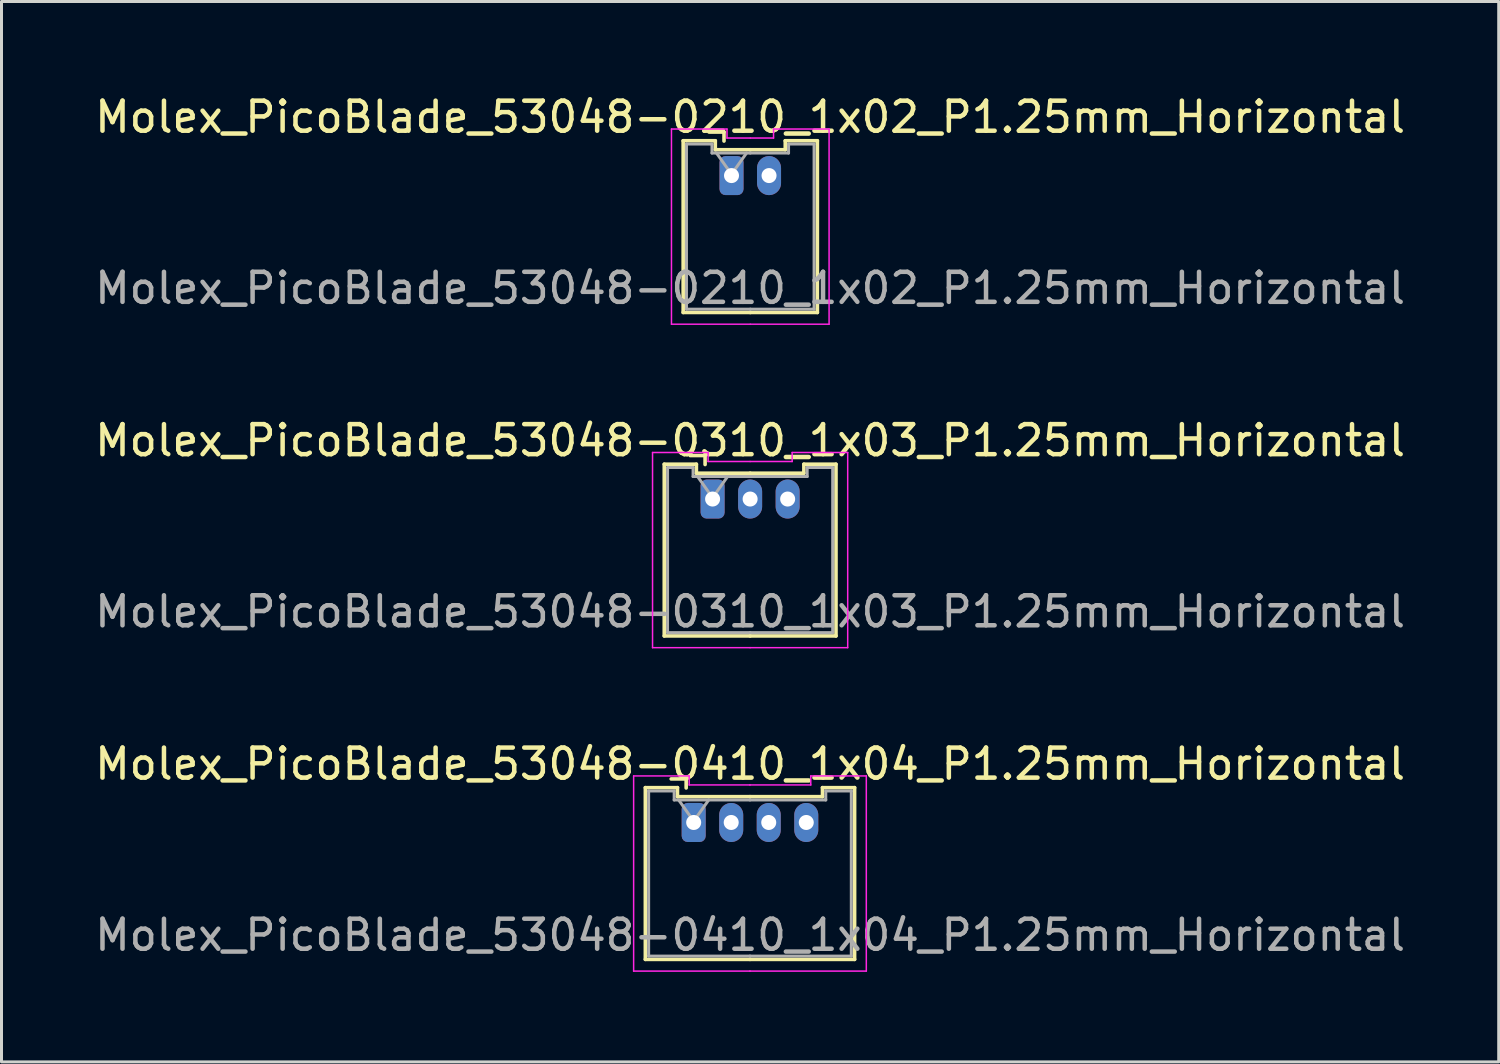
<source format=kicad_pcb>
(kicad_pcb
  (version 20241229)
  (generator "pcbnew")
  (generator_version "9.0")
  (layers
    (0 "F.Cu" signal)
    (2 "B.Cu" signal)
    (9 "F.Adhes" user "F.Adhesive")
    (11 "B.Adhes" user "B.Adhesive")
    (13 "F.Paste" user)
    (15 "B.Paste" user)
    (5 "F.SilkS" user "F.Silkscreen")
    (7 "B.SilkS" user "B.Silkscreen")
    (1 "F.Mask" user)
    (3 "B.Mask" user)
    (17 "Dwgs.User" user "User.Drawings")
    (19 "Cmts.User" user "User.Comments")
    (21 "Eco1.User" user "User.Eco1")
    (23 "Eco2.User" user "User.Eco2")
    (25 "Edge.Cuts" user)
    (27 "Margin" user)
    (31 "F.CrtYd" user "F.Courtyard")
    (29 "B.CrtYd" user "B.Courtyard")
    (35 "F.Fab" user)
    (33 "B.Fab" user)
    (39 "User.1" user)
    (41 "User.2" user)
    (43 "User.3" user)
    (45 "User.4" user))
  (footprint "Molex_PicoBlade_53048-0310_1x03_P1.25mm_Horizontal"
    (layer "F.Cu")
    (at 20.685 13.572)
    (property "Reference" "Molex_PicoBlade_53048-0310_1x03_P1.25mm_Horizontal" (at 1.25 -1.95 0) (layer "F.SilkS") (effects (font (size 1 1) (thickness 0.15))))
    (attr through_hole)
    (fp_line (start -1.61 -1.16) (end -1.61 4.56) (stroke (width 0.12) (type solid)) (layer "F.SilkS"))
    (fp_line (start -1.61 4.56) (end 1.25 4.56) (stroke (width 0.12) (type solid)) (layer "F.SilkS"))
    (fp_line (start -0.54 -1.16) (end -1.61 -1.16) (stroke (width 0.12) (type solid)) (layer "F.SilkS"))
    (fp_line (start -0.54 -0.86) (end -0.54 -1.16) (stroke (width 0.12) (type solid)) (layer "F.SilkS"))
    (fp_line (start -0.25 -1.45) (end -0.75 -1.45) (stroke (width 0.12) (type solid)) (layer "F.SilkS"))
    (fp_line (start -0.25 -1.15) (end -0.25 -1.45) (stroke (width 0.12) (type solid)) (layer "F.SilkS"))
    (fp_line (start 1.25 -0.86) (end -0.54 -0.86) (stroke (width 0.12) (type solid)) (layer "F.SilkS"))
    (fp_line (start 1.25 -0.86) (end 3.04 -0.86) (stroke (width 0.12) (type solid)) (layer "F.SilkS"))
    (fp_line (start 3.04 -1.16) (end 4.11 -1.16) (stroke (width 0.12) (type solid)) (layer "F.SilkS"))
    (fp_line (start 3.04 -0.86) (end 3.04 -1.16) (stroke (width 0.12) (type solid)) (layer "F.SilkS"))
    (fp_line (start 4.11 -1.16) (end 4.11 4.56) (stroke (width 0.12) (type solid)) (layer "F.SilkS"))
    (fp_line (start 4.11 4.56) (end 1.25 4.56) (stroke (width 0.12) (type solid)) (layer "F.SilkS"))
    (fp_line (start -2 -1.55) (end -2 4.95) (stroke (width 0.05) (type solid)) (layer "F.CrtYd"))
    (fp_line (start -2 4.95) (end 1.25 4.95) (stroke (width 0.05) (type solid)) (layer "F.CrtYd"))
    (fp_line (start -0.15 -1.55) (end -2 -1.55) (stroke (width 0.05) (type solid)) (layer "F.CrtYd"))
    (fp_line (start -0.15 -1.25) (end -0.15 -1.55) (stroke (width 0.05) (type solid)) (layer "F.CrtYd"))
    (fp_line (start 1.25 -1.25) (end -0.15 -1.25) (stroke (width 0.05) (type solid)) (layer "F.CrtYd"))
    (fp_line (start 1.25 -1.25) (end 2.65 -1.25) (stroke (width 0.05) (type solid)) (layer "F.CrtYd"))
    (fp_line (start 2.65 -1.55) (end 4.5 -1.55) (stroke (width 0.05) (type solid)) (layer "F.CrtYd"))
    (fp_line (start 2.65 -1.25) (end 2.65 -1.55) (stroke (width 0.05) (type solid)) (layer "F.CrtYd"))
    (fp_line (start 4.5 -1.55) (end 4.5 4.95) (stroke (width 0.05) (type solid)) (layer "F.CrtYd"))
    (fp_line (start 4.5 4.95) (end 1.25 4.95) (stroke (width 0.05) (type solid)) (layer "F.CrtYd"))
    (fp_line (start -1.5 -1.05) (end -1.5 4.45) (stroke (width 0.1) (type solid)) (layer "F.Fab"))
    (fp_line (start -1.5 4.45) (end 1.25 4.45) (stroke (width 0.1) (type solid)) (layer "F.Fab"))
    (fp_line (start -0.65 -1.05) (end -1.5 -1.05) (stroke (width 0.1) (type solid)) (layer "F.Fab"))
    (fp_line (start -0.65 -0.75) (end -0.65 -1.05) (stroke (width 0.1) (type solid)) (layer "F.Fab"))
    (fp_line (start -0.5 -0.75) (end 0 -0.043) (stroke (width 0.1) (type solid)) (layer "F.Fab"))
    (fp_line (start 0 -0.043) (end 0.5 -0.75) (stroke (width 0.1) (type solid)) (layer "F.Fab"))
    (fp_line (start 1.25 -0.75) (end -0.65 -0.75) (stroke (width 0.1) (type solid)) (layer "F.Fab"))
    (fp_line (start 1.25 -0.75) (end 3.15 -0.75) (stroke (width 0.1) (type solid)) (layer "F.Fab"))
    (fp_line (start 3.15 -1.05) (end 4 -1.05) (stroke (width 0.1) (type solid)) (layer "F.Fab"))
    (fp_line (start 3.15 -0.75) (end 3.15 -1.05) (stroke (width 0.1) (type solid)) (layer "F.Fab"))
    (fp_line (start 4 -1.05) (end 4 4.45) (stroke (width 0.1) (type solid)) (layer "F.Fab"))
    (fp_line (start 4 4.45) (end 1.25 4.45) (stroke (width 0.1) (type solid)) (layer "F.Fab"))
    (fp_text user "${REFERENCE}" (at 1.25 3.75 0) (layer "F.Fab") (effects (font (size 1 1) (thickness 0.15))))
    (pad "1" thru_hole roundrect (at 0 0) (size 0.8 1.3) (drill 0.5) (layers "*.Cu" "*.Mask") (roundrect_rratio 0.25))
    (pad "2" thru_hole oval (at 1.25 0) (size 0.8 1.3) (drill 0.5) (layers "*.Cu" "*.Mask"))
    (pad "3" thru_hole oval (at 2.5 0) (size 0.8 1.3) (drill 0.5) (layers "*.Cu" "*.Mask")))
  (footprint "Molex_PicoBlade_53048-0410_1x04_P1.25mm_Horizontal"
    (layer "F.Cu")
    (at 20.055 24.345)
    (property "Reference" "Molex_PicoBlade_53048-0410_1x04_P1.25mm_Horizontal" (at 1.88 -1.95 0) (layer "F.SilkS") (effects (font (size 1 1) (thickness 0.15))))
    (attr through_hole)
    (fp_line (start -1.61 -1.16) (end -1.61 4.56) (stroke (width 0.12) (type solid)) (layer "F.SilkS"))
    (fp_line (start -1.61 4.56) (end 1.875 4.56) (stroke (width 0.12) (type solid)) (layer "F.SilkS"))
    (fp_line (start -0.54 -1.16) (end -1.61 -1.16) (stroke (width 0.12) (type solid)) (layer "F.SilkS"))
    (fp_line (start -0.54 -0.86) (end -0.54 -1.16) (stroke (width 0.12) (type solid)) (layer "F.SilkS"))
    (fp_line (start -0.25 -1.45) (end -0.75 -1.45) (stroke (width 0.12) (type solid)) (layer "F.SilkS"))
    (fp_line (start -0.25 -1.15) (end -0.25 -1.45) (stroke (width 0.12) (type solid)) (layer "F.SilkS"))
    (fp_line (start 1.875 -0.86) (end -0.54 -0.86) (stroke (width 0.12) (type solid)) (layer "F.SilkS"))
    (fp_line (start 1.875 -0.86) (end 4.29 -0.86) (stroke (width 0.12) (type solid)) (layer "F.SilkS"))
    (fp_line (start 4.29 -1.16) (end 5.36 -1.16) (stroke (width 0.12) (type solid)) (layer "F.SilkS"))
    (fp_line (start 4.29 -0.86) (end 4.29 -1.16) (stroke (width 0.12) (type solid)) (layer "F.SilkS"))
    (fp_line (start 5.36 -1.16) (end 5.36 4.56) (stroke (width 0.12) (type solid)) (layer "F.SilkS"))
    (fp_line (start 5.36 4.56) (end 1.875 4.56) (stroke (width 0.12) (type solid)) (layer "F.SilkS"))
    (fp_line (start -2 -1.55) (end -2 4.95) (stroke (width 0.05) (type solid)) (layer "F.CrtYd"))
    (fp_line (start -2 4.95) (end 1.88 4.95) (stroke (width 0.05) (type solid)) (layer "F.CrtYd"))
    (fp_line (start -0.15 -1.55) (end -2 -1.55) (stroke (width 0.05) (type solid)) (layer "F.CrtYd"))
    (fp_line (start -0.15 -1.25) (end -0.15 -1.55) (stroke (width 0.05) (type solid)) (layer "F.CrtYd"))
    (fp_line (start 1.87 -1.25) (end 3.9 -1.25) (stroke (width 0.05) (type solid)) (layer "F.CrtYd"))
    (fp_line (start 1.88 -1.25) (end -0.15 -1.25) (stroke (width 0.05) (type solid)) (layer "F.CrtYd"))
    (fp_line (start 3.9 -1.55) (end 5.75 -1.55) (stroke (width 0.05) (type solid)) (layer "F.CrtYd"))
    (fp_line (start 3.9 -1.25) (end 3.9 -1.55) (stroke (width 0.05) (type solid)) (layer "F.CrtYd"))
    (fp_line (start 5.75 -1.55) (end 5.75 4.95) (stroke (width 0.05) (type solid)) (layer "F.CrtYd"))
    (fp_line (start 5.75 4.95) (end 1.87 4.95) (stroke (width 0.05) (type solid)) (layer "F.CrtYd"))
    (fp_line (start -1.5 -1.05) (end -1.5 4.45) (stroke (width 0.1) (type solid)) (layer "F.Fab"))
    (fp_line (start -1.5 4.45) (end 1.875 4.45) (stroke (width 0.1) (type solid)) (layer "F.Fab"))
    (fp_line (start -0.65 -1.05) (end -1.5 -1.05) (stroke (width 0.1) (type solid)) (layer "F.Fab"))
    (fp_line (start -0.65 -0.75) (end -0.65 -1.05) (stroke (width 0.1) (type solid)) (layer "F.Fab"))
    (fp_line (start -0.5 -0.75) (end 0 -0.043) (stroke (width 0.1) (type solid)) (layer "F.Fab"))
    (fp_line (start 0 -0.043) (end 0.5 -0.75) (stroke (width 0.1) (type solid)) (layer "F.Fab"))
    (fp_line (start 1.875 -0.75) (end -0.65 -0.75) (stroke (width 0.1) (type solid)) (layer "F.Fab"))
    (fp_line (start 1.875 -0.75) (end 4.4 -0.75) (stroke (width 0.1) (type solid)) (layer "F.Fab"))
    (fp_line (start 4.4 -1.05) (end 5.25 -1.05) (stroke (width 0.1) (type solid)) (layer "F.Fab"))
    (fp_line (start 4.4 -0.75) (end 4.4 -1.05) (stroke (width 0.1) (type solid)) (layer "F.Fab"))
    (fp_line (start 5.25 -1.05) (end 5.25 4.45) (stroke (width 0.1) (type solid)) (layer "F.Fab"))
    (fp_line (start 5.25 4.45) (end 1.875 4.45) (stroke (width 0.1) (type solid)) (layer "F.Fab"))
    (fp_text user "${REFERENCE}" (at 1.88 3.75 0) (layer "F.Fab") (effects (font (size 1 1) (thickness 0.15))))
    (pad "1" thru_hole roundrect (at 0 0) (size 0.8 1.3) (drill 0.5) (layers "*.Cu" "*.Mask") (roundrect_rratio 0.25))
    (pad "2" thru_hole oval (at 1.25 0) (size 0.8 1.3) (drill 0.5) (layers "*.Cu" "*.Mask"))
    (pad "3" thru_hole oval (at 2.5 0) (size 0.8 1.3) (drill 0.5) (layers "*.Cu" "*.Mask"))
    (pad "4" thru_hole oval (at 3.75 0) (size 0.8 1.3) (drill 0.5) (layers "*.Cu" "*.Mask")))
  (footprint "Molex_PicoBlade_53048-0210_1x02_P1.25mm_Horizontal"
    (layer "F.Cu")
    (at 21.315 2.798)
    (property "Reference" "Molex_PicoBlade_53048-0210_1x02_P1.25mm_Horizontal" (at 0.62 -1.95 0) (layer "F.SilkS") (effects (font (size 1 1) (thickness 0.15))))
    (attr through_hole)
    (fp_line (start -1.61 -1.16) (end -1.61 4.56) (stroke (width 0.12) (type solid)) (layer "F.SilkS"))
    (fp_line (start -1.61 4.56) (end 0.625 4.56) (stroke (width 0.12) (type solid)) (layer "F.SilkS"))
    (fp_line (start -0.54 -1.16) (end -1.61 -1.16) (stroke (width 0.12) (type solid)) (layer "F.SilkS"))
    (fp_line (start -0.54 -0.86) (end -0.54 -1.16) (stroke (width 0.12) (type solid)) (layer "F.SilkS"))
    (fp_line (start -0.25 -1.45) (end -0.75 -1.45) (stroke (width 0.12) (type solid)) (layer "F.SilkS"))
    (fp_line (start -0.25 -1.15) (end -0.25 -1.45) (stroke (width 0.12) (type solid)) (layer "F.SilkS"))
    (fp_line (start 0.625 -0.86) (end -0.54 -0.86) (stroke (width 0.12) (type solid)) (layer "F.SilkS"))
    (fp_line (start 0.625 -0.86) (end 1.79 -0.86) (stroke (width 0.12) (type solid)) (layer "F.SilkS"))
    (fp_line (start 1.79 -1.16) (end 2.86 -1.16) (stroke (width 0.12) (type solid)) (layer "F.SilkS"))
    (fp_line (start 1.79 -0.86) (end 1.79 -1.16) (stroke (width 0.12) (type solid)) (layer "F.SilkS"))
    (fp_line (start 2.86 -1.16) (end 2.86 4.56) (stroke (width 0.12) (type solid)) (layer "F.SilkS"))
    (fp_line (start 2.86 4.56) (end 0.625 4.56) (stroke (width 0.12) (type solid)) (layer "F.SilkS"))
    (fp_line (start -2 -1.55) (end -2 4.95) (stroke (width 0.05) (type solid)) (layer "F.CrtYd"))
    (fp_line (start -2 4.95) (end 0.62 4.95) (stroke (width 0.05) (type solid)) (layer "F.CrtYd"))
    (fp_line (start -0.15 -1.55) (end -2 -1.55) (stroke (width 0.05) (type solid)) (layer "F.CrtYd"))
    (fp_line (start -0.15 -1.25) (end -0.15 -1.55) (stroke (width 0.05) (type solid)) (layer "F.CrtYd"))
    (fp_line (start 0.62 -1.25) (end -0.15 -1.25) (stroke (width 0.05) (type solid)) (layer "F.CrtYd"))
    (fp_line (start 0.63 -1.25) (end 1.4 -1.25) (stroke (width 0.05) (type solid)) (layer "F.CrtYd"))
    (fp_line (start 1.4 -1.55) (end 3.25 -1.55) (stroke (width 0.05) (type solid)) (layer "F.CrtYd"))
    (fp_line (start 1.4 -1.25) (end 1.4 -1.55) (stroke (width 0.05) (type solid)) (layer "F.CrtYd"))
    (fp_line (start 3.25 -1.55) (end 3.25 4.95) (stroke (width 0.05) (type solid)) (layer "F.CrtYd"))
    (fp_line (start 3.25 4.95) (end 0.63 4.95) (stroke (width 0.05) (type solid)) (layer "F.CrtYd"))
    (fp_line (start -1.5 -1.05) (end -1.5 4.45) (stroke (width 0.1) (type solid)) (layer "F.Fab"))
    (fp_line (start -1.5 4.45) (end 0.625 4.45) (stroke (width 0.1) (type solid)) (layer "F.Fab"))
    (fp_line (start -0.65 -1.05) (end -1.5 -1.05) (stroke (width 0.1) (type solid)) (layer "F.Fab"))
    (fp_line (start -0.65 -0.75) (end -0.65 -1.05) (stroke (width 0.1) (type solid)) (layer "F.Fab"))
    (fp_line (start -0.5 -0.75) (end 0 -0.043) (stroke (width 0.1) (type solid)) (layer "F.Fab"))
    (fp_line (start 0 -0.043) (end 0.5 -0.75) (stroke (width 0.1) (type solid)) (layer "F.Fab"))
    (fp_line (start 0.625 -0.75) (end -0.65 -0.75) (stroke (width 0.1) (type solid)) (layer "F.Fab"))
    (fp_line (start 0.625 -0.75) (end 1.9 -0.75) (stroke (width 0.1) (type solid)) (layer "F.Fab"))
    (fp_line (start 1.9 -1.05) (end 2.75 -1.05) (stroke (width 0.1) (type solid)) (layer "F.Fab"))
    (fp_line (start 1.9 -0.75) (end 1.9 -1.05) (stroke (width 0.1) (type solid)) (layer "F.Fab"))
    (fp_line (start 2.75 -1.05) (end 2.75 4.45) (stroke (width 0.1) (type solid)) (layer "F.Fab"))
    (fp_line (start 2.75 4.45) (end 0.625 4.45) (stroke (width 0.1) (type solid)) (layer "F.Fab"))
    (fp_text user "${REFERENCE}" (at 0.62 3.75 0) (layer "F.Fab") (effects (font (size 1 1) (thickness 0.15))))
    (pad "1" thru_hole roundrect (at 0 0) (size 0.8 1.3) (drill 0.5) (layers "*.Cu" "*.Mask") (roundrect_rratio 0.25))
    (pad "2" thru_hole oval (at 1.25 0) (size 0.8 1.3) (drill 0.5) (layers "*.Cu" "*.Mask")))
  (gr_rect
    (start -3 -3)
    (end 46.869 32.32)
    (stroke (width 0.1) (type default))
    (fill no)
    (layer "Edge.Cuts")))
</source>
